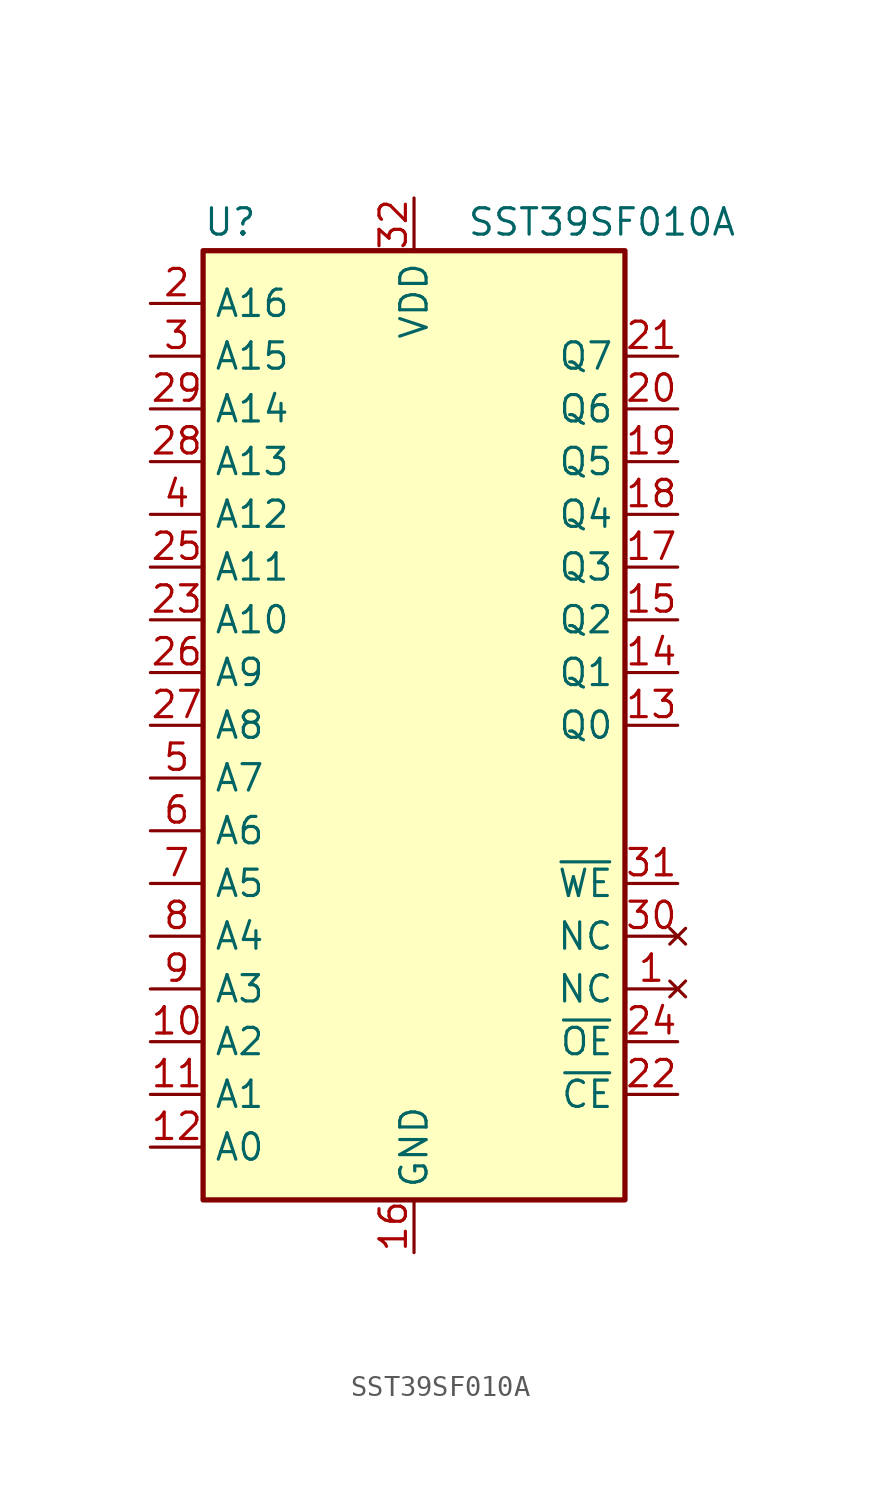
<source format=kicad_sym>
(kicad_symbol_lib
  (version 20211014)
  (generator kicad_symbol_editor)
  (symbol "SST39SF010A"
    (property "Reference" "U"
      (at -10.16 23.495 0)
      (effects (font (size 1.27 1.27)) (justify left bottom)))
    (property "Value" "SST39SF010A"
      (at 2.54 23.495 0)
      (effects (font (size 1.27 1.27)) (justify left bottom)))
    (symbol "SST39SF010A_0_0"
      (pin power_in line (at 0 -25.4 90) (length 2.54) (name "GND" (effects (font (size 1.27 1.27)))) (number "16" (effects (font (size 1.27 1.27)))))
      (pin power_in line (at 0 25.4 270) (length 2.54) (name "VDD" (effects (font (size 1.27 1.27)))) (number "32" (effects (font (size 1.27 1.27))))))
    (symbol "SST39SF010A_0_1"
      (rectangle (start -10.16 22.86) (end 10.16 -22.86) (stroke (width 0.254) (type default) (color 0 0 0 0)) (fill (type background))))
    (symbol "SST39SF010A_1_1"
      (pin no_connect line (at 12.7 -12.7 180) (length 2.54) (name "NC" (effects (font (size 1.27 1.27)))) (number "1" (effects (font (size 1.27 1.27)))))
      (pin input line (at -12.7 -15.24 0) (length 2.54) (name "A2" (effects (font (size 1.27 1.27)))) (number "10" (effects (font (size 1.27 1.27)))))
      (pin input line (at -12.7 -17.78 0) (length 2.54) (name "A1" (effects (font (size 1.27 1.27)))) (number "11" (effects (font (size 1.27 1.27)))))
      (pin input line (at -12.7 -20.32 0) (length 2.54) (name "A0" (effects (font (size 1.27 1.27)))) (number "12" (effects (font (size 1.27 1.27)))))
      (pin tri_state line (at 12.7 0 180) (length 2.54) (name "Q0" (effects (font (size 1.27 1.27)))) (number "13" (effects (font (size 1.27 1.27)))))
      (pin tri_state line (at 12.7 2.54 180) (length 2.54) (name "Q1" (effects (font (size 1.27 1.27)))) (number "14" (effects (font (size 1.27 1.27)))))
      (pin tri_state line (at 12.7 5.08 180) (length 2.54) (name "Q2" (effects (font (size 1.27 1.27)))) (number "15" (effects (font (size 1.27 1.27)))))
      (pin tri_state line (at 12.7 7.62 180) (length 2.54) (name "Q3" (effects (font (size 1.27 1.27)))) (number "17" (effects (font (size 1.27 1.27)))))
      (pin tri_state line (at 12.7 10.16 180) (length 2.54) (name "Q4" (effects (font (size 1.27 1.27)))) (number "18" (effects (font (size 1.27 1.27)))))
      (pin tri_state line (at 12.7 12.7 180) (length 2.54) (name "Q5" (effects (font (size 1.27 1.27)))) (number "19" (effects (font (size 1.27 1.27)))))
      (pin input line (at -12.7 20.32 0) (length 2.54) (name "A16" (effects (font (size 1.27 1.27)))) (number "2" (effects (font (size 1.27 1.27)))))
      (pin tri_state line (at 12.7 15.24 180) (length 2.54) (name "Q6" (effects (font (size 1.27 1.27)))) (number "20" (effects (font (size 1.27 1.27)))))
      (pin tri_state line (at 12.7 17.78 180) (length 2.54) (name "Q7" (effects (font (size 1.27 1.27)))) (number "21" (effects (font (size 1.27 1.27)))))
      (pin input line (at 12.7 -17.78 180) (length 2.54) (name "~{CE}" (effects (font (size 1.27 1.27)))) (number "22" (effects (font (size 1.27 1.27)))))
      (pin input line (at -12.7 5.08 0) (length 2.54) (name "A10" (effects (font (size 1.27 1.27)))) (number "23" (effects (font (size 1.27 1.27)))))
      (pin input line (at 12.7 -15.24 180) (length 2.54) (name "~{OE}" (effects (font (size 1.27 1.27)))) (number "24" (effects (font (size 1.27 1.27)))))
      (pin input line (at -12.7 7.62 0) (length 2.54) (name "A11" (effects (font (size 1.27 1.27)))) (number "25" (effects (font (size 1.27 1.27)))))
      (pin input line (at -12.7 2.54 0) (length 2.54) (name "A9" (effects (font (size 1.27 1.27)))) (number "26" (effects (font (size 1.27 1.27)))))
      (pin input line (at -12.7 0 0) (length 2.54) (name "A8" (effects (font (size 1.27 1.27)))) (number "27" (effects (font (size 1.27 1.27)))))
      (pin input line (at -12.7 12.7 0) (length 2.54) (name "A13" (effects (font (size 1.27 1.27)))) (number "28" (effects (font (size 1.27 1.27)))))
      (pin input line (at -12.7 15.24 0) (length 2.54) (name "A14" (effects (font (size 1.27 1.27)))) (number "29" (effects (font (size 1.27 1.27)))))
      (pin input line (at -12.7 17.78 0) (length 2.54) (name "A15" (effects (font (size 1.27 1.27)))) (number "3" (effects (font (size 1.27 1.27)))))
      (pin no_connect line (at 12.7 -10.16 180) (length 2.54) (name "NC" (effects (font (size 1.27 1.27)))) (number "30" (effects (font (size 1.27 1.27)))))
      (pin input line (at 12.7 -7.62 180) (length 2.54) (name "~{WE}" (effects (font (size 1.27 1.27)))) (number "31" (effects (font (size 1.27 1.27)))))
      (pin input line (at -12.7 10.16 0) (length 2.54) (name "A12" (effects (font (size 1.27 1.27)))) (number "4" (effects (font (size 1.27 1.27)))))
      (pin input line (at -12.7 -2.54 0) (length 2.54) (name "A7" (effects (font (size 1.27 1.27)))) (number "5" (effects (font (size 1.27 1.27)))))
      (pin input line (at -12.7 -5.08 0) (length 2.54) (name "A6" (effects (font (size 1.27 1.27)))) (number "6" (effects (font (size 1.27 1.27)))))
      (pin input line (at -12.7 -7.62 0) (length 2.54) (name "A5" (effects (font (size 1.27 1.27)))) (number "7" (effects (font (size 1.27 1.27)))))
      (pin input line (at -12.7 -10.16 0) (length 2.54) (name "A4" (effects (font (size 1.27 1.27)))) (number "8" (effects (font (size 1.27 1.27)))))
      (pin input line (at -12.7 -12.7 0) (length 2.54) (name "A3" (effects (font (size 1.27 1.27)))) (number "9" (effects (font (size 1.27 1.27))))))))
</source>
